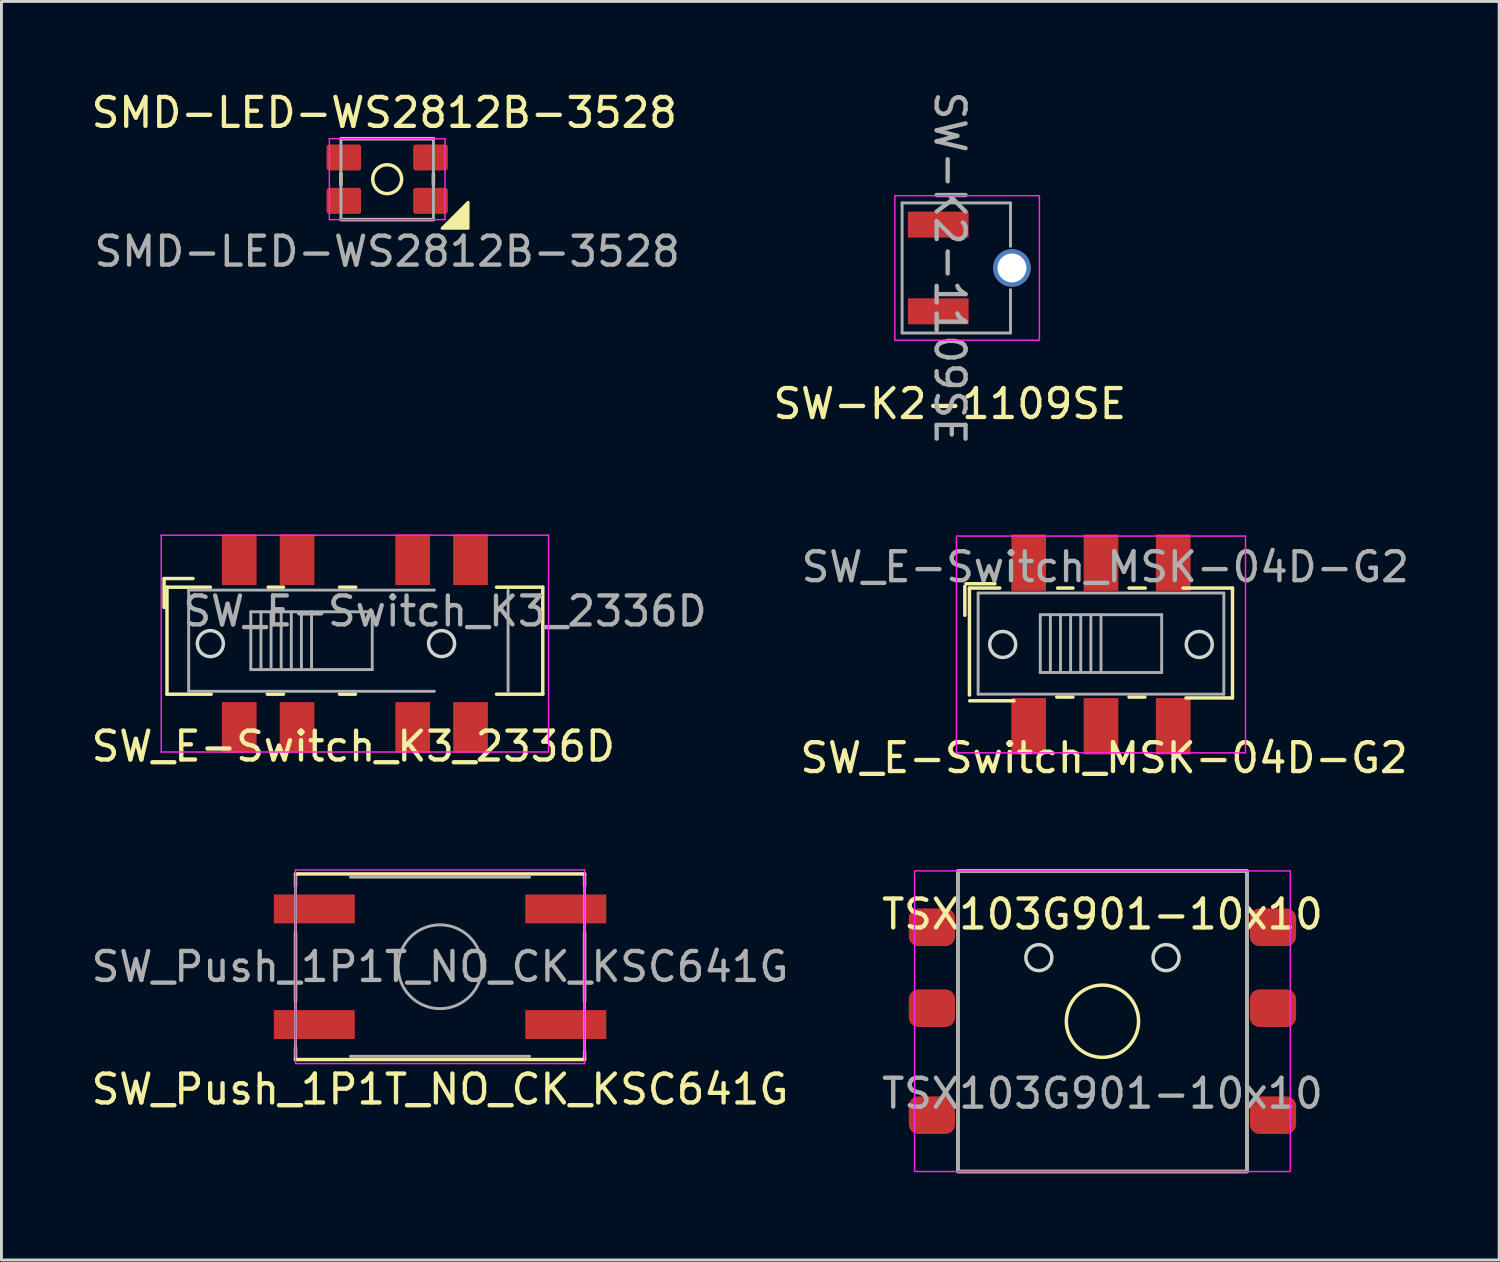
<source format=kicad_pcb>
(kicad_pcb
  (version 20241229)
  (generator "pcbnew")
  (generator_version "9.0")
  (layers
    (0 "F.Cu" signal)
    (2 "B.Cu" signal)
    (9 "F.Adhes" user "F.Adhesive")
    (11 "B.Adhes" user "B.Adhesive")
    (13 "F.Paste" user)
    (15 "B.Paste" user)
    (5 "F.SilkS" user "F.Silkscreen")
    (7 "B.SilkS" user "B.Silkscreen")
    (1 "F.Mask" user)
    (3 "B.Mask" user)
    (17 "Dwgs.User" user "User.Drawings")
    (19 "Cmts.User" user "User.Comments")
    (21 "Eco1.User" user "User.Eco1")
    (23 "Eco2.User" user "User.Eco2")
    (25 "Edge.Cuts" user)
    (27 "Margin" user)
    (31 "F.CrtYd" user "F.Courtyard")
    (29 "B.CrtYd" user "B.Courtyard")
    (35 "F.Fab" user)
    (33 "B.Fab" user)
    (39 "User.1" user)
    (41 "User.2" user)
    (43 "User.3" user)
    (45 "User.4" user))
  (footprint "SW-K2-1109SE"
    (layer "F.Cu")
    (at 29.408 4.72)
    (property "Reference" "SW-K2-1109SE" (at 0.4 6.2 0) (unlocked yes) (layer "F.SilkS") (effects (font (size 1 1) (thickness 0.15))))
    (attr smd)
    (fp_line (start -1.5 -1) (end 3.25 -1) (stroke (width 0.05) (type solid)) (layer "F.CrtYd"))
    (fp_line (start -1.5 4) (end -1.5 -1) (stroke (width 0.05) (type solid)) (layer "F.CrtYd"))
    (fp_line (start 3.25 -1) (end 3.5 -1) (stroke (width 0.05) (type solid)) (layer "F.CrtYd"))
    (fp_line (start 3.25 4) (end -1.5 4) (stroke (width 0.05) (type solid)) (layer "F.CrtYd"))
    (fp_line (start 3.25 4) (end 3.5 4) (stroke (width 0.05) (type solid)) (layer "F.CrtYd"))
    (fp_line (start 3.5 -1) (end 3.5 -0.875) (stroke (width 0.05) (type solid)) (layer "F.CrtYd"))
    (fp_line (start 3.5 -0.875) (end 3.5 3.875) (stroke (width 0.05) (type solid)) (layer "F.CrtYd"))
    (fp_line (start 3.5 4) (end 3.5 3.875) (stroke (width 0.05) (type solid)) (layer "F.CrtYd"))
    (fp_line (start -1.25 -0.75) (end 2.5 -0.75) (stroke (width 0.1) (type solid)) (layer "F.Fab"))
    (fp_line (start -1.25 3.75) (end -1.25 -0.75) (stroke (width 0.1) (type solid)) (layer "F.Fab"))
    (fp_line (start 2.5 -0.75) (end 2.5 0.75) (stroke (width 0.1) (type solid)) (layer "F.Fab"))
    (fp_line (start 2.5 2.25) (end 2.5 3.75) (stroke (width 0.1) (type solid)) (layer "F.Fab"))
    (fp_line (start 2.5 3.75) (end -1.25 3.75) (stroke (width 0.1) (type solid)) (layer "F.Fab"))
    (fp_text user "${REFERENCE}" (at 0.4 1.5 270) (unlocked yes) (layer "F.Fab") (effects (font (size 1 1) (thickness 0.15))))
    (pad "1" smd rect (at 0 0) (size 2.1 0.9) (layers "F.Cu" "F.Mask" "F.Paste"))
    (pad "2" smd rect (at 0 3) (size 2.1 0.9) (layers "F.Cu" "F.Mask" "F.Paste"))
    (pad "GND" thru_hole circle (at 2.55 1.5) (size 1.3 1.3) (drill 1) (layers "*.Cu" "*.Mask")))
  (footprint "SMD-LED-WS2812B-3528"
    (layer "F.Cu")
    (at 10.344 3.148)
    (property "Reference" "SMD-LED-WS2812B-3528" (at -0.1 -2.3 0) (unlocked yes) (layer "F.SilkS") (effects (font (size 1 1) (thickness 0.15))))
    (attr smd)
    (fp_line (start -1.6 -1.4) (end 1.6 -1.4) (stroke (width 0.12) (type default)) (layer "F.SilkS"))
    (fp_line (start -1.6 -0.2) (end -1.6 0.2) (stroke (width 0.12) (type default)) (layer "F.SilkS"))
    (fp_line (start -1.6 1.4) (end 1.6 1.4) (stroke (width 0.12) (type default)) (layer "F.SilkS"))
    (fp_line (start 1.6 -0.2) (end 1.6 0.2) (stroke (width 0.12) (type default)) (layer "F.SilkS"))
    (fp_circle (center 0 0) (end 0.5 0) (stroke (width 0.12) (type default)) (fill no) (layer "F.SilkS"))
    (fp_poly (pts (xy 2.8 0.8) (xy 1.9 1.7) (xy 2.8 1.7)) (stroke (width 0.1) (type solid)) (fill yes) (layer "F.SilkS"))
    (fp_line (start -2 -1.4) (end -2 1.4) (stroke (width 0.05) (type solid)) (layer "F.CrtYd"))
    (fp_line (start -2 1.4) (end 2 1.4) (stroke (width 0.05) (type solid)) (layer "F.CrtYd"))
    (fp_line (start 2 -1.4) (end -2 -1.4) (stroke (width 0.05) (type default)) (layer "F.CrtYd"))
    (fp_line (start 2 1.4) (end 2 -1.4) (stroke (width 0.05) (type solid)) (layer "F.CrtYd"))
    (fp_rect (start -1.6 -1.4) (end 1.6 1.4) (stroke (width 0.1) (type default)) (fill no) (layer "F.Fab"))
    (fp_text user "${REFERENCE}" (at 0 2.5 0) (unlocked yes) (layer "F.Fab") (effects (font (size 1 1) (thickness 0.15))))
    (pad "1" smd roundrect (at -1.5 -0.75 90) (size 0.9 1.2) (layers "F.Cu" "F.Mask" "F.Paste") (roundrect_rratio 0.1))
    (pad "2" smd roundrect (at -1.5 0.75 90) (size 0.9 1.2) (layers "F.Cu" "F.Mask" "F.Paste") (roundrect_rratio 0.1))
    (pad "3" smd roundrect (at 1.5 0.75 90) (size 0.9 1.2) (layers "F.Cu" "F.Mask" "F.Paste") (roundrect_rratio 0.1))
    (pad "4" smd roundrect (at 1.5 -0.75 90) (size 0.9 1.2) (layers "F.Cu" "F.Mask" "F.Paste") (roundrect_rratio 0.1)))
  (footprint "SW_E-Switch_MSK-04D-G2"
    (layer "F.Cu")
    (at 35.038 19.245)
    (property "Reference" "SW_E-Switch_MSK-04D-G2" (at 0.106 3.925 180) (layer "F.SilkS") (effects (font (size 1 1) (thickness 0.15))))
    (attr through_hole)
    (fp_line (start -4.71 -2.01) (end -4.71 -1.01) (stroke (width 0.12) (type solid)) (layer "F.SilkS"))
    (fp_line (start -4.55 -1.95) (end -4.55 1.75) (stroke (width 0.12) (type solid)) (layer "F.SilkS"))
    (fp_line (start -4.54 1.95) (end -3.01 1.95) (stroke (width 0.12) (type solid)) (layer "F.SilkS"))
    (fp_line (start -3.67 -2.1) (end -4.67 -2.1) (stroke (width 0.12) (type solid)) (layer "F.SilkS"))
    (fp_line (start -3.5 -1.95) (end -4.55 -1.95) (stroke (width 0.12) (type solid)) (layer "F.SilkS"))
    (fp_line (start -1.53 1.82) (end -0.97 1.82) (stroke (width 0.12) (type solid)) (layer "F.SilkS"))
    (fp_line (start -0.97 -1.95) (end -1.5 -1.95) (stroke (width 0.12) (type solid)) (layer "F.SilkS"))
    (fp_line (start 0.97 1.82) (end 1.52 1.82) (stroke (width 0.12) (type solid)) (layer "F.SilkS"))
    (fp_line (start 1.53 -1.95) (end 0.97 -1.95) (stroke (width 0.12) (type solid)) (layer "F.SilkS"))
    (fp_line (start 2.94 1.85) (end 4.55 1.85) (stroke (width 0.12) (type solid)) (layer "F.SilkS"))
    (fp_line (start 4.55 -1.95) (end 2.84 -1.95) (stroke (width 0.12) (type solid)) (layer "F.SilkS"))
    (fp_line (start 4.55 1.85) (end 4.55 -1.95) (stroke (width 0.12) (type solid)) (layer "F.SilkS"))
    (fp_circle (center -3.4 0) (end -2.95 0) (stroke (width 0.12) (type solid)) (fill no) (layer "Edge.Cuts"))
    (fp_circle (center 3.4 0) (end 3.85 0) (stroke (width 0.12) (type solid)) (fill no) (layer "Edge.Cuts"))
    (fp_line (start -5 -3.75) (end -5 3.75) (stroke (width 0.05) (type solid)) (layer "F.CrtYd"))
    (fp_line (start -5 3.75) (end 5 3.75) (stroke (width 0.05) (type solid)) (layer "F.CrtYd"))
    (fp_line (start 5 -3.75) (end -5 -3.75) (stroke (width 0.05) (type solid)) (layer "F.CrtYd"))
    (fp_line (start 5 3.75) (end 5 -3.75) (stroke (width 0.05) (type solid)) (layer "F.CrtYd"))
    (fp_line (start -4.25 1.72) (end -4.25 -1.78) (stroke (width 0.1) (type solid)) (layer "F.Fab"))
    (fp_line (start -4.25 1.72) (end 4.25 1.72) (stroke (width 0.1) (type solid)) (layer "F.Fab"))
    (fp_line (start -2.1 0.97) (end -2.1 -1.03) (stroke (width 0.1) (type solid)) (layer "F.Fab"))
    (fp_line (start -2.1 0.97) (end 2.1 0.97) (stroke (width 0.1) (type solid)) (layer "F.Fab"))
    (fp_line (start -1.75 0.97) (end -1.75 -1.03) (stroke (width 0.1) (type solid)) (layer "F.Fab"))
    (fp_line (start -1.4 0.97) (end -1.4 -1.03) (stroke (width 0.1) (type solid)) (layer "F.Fab"))
    (fp_line (start -1.05 0.97) (end -1.05 -1.03) (stroke (width 0.1) (type solid)) (layer "F.Fab"))
    (fp_line (start -0.7 0.97) (end -0.7 -1.03) (stroke (width 0.1) (type solid)) (layer "F.Fab"))
    (fp_line (start -0.35 0.97) (end -0.35 -1.03) (stroke (width 0.1) (type solid)) (layer "F.Fab"))
    (fp_line (start 0 0.97) (end 0 -1.03) (stroke (width 0.1) (type solid)) (layer "F.Fab"))
    (fp_line (start 2.1 -1.03) (end -2.1 -1.03) (stroke (width 0.1) (type solid)) (layer "F.Fab"))
    (fp_line (start 2.1 0.97) (end 2.1 -1.03) (stroke (width 0.1) (type solid)) (layer "F.Fab"))
    (fp_line (start 4.25 -1.78) (end -4.25 -1.78) (stroke (width 0.1) (type solid)) (layer "F.Fab"))
    (fp_line (start 4.25 1.72) (end 4.25 -1.78) (stroke (width 0.1) (type solid)) (layer "F.Fab"))
    (fp_text user "${REFERENCE}" (at 0.15 -2.68 180) (layer "F.Fab") (effects (font (size 1 1) (thickness 0.15))))
    (pad "1" smd rect (at -2.5 -2.83) (size 1.2 1.95) (layers "F.Cu" "F.Mask" "F.Paste"))
    (pad "2" smd rect (at 0 -2.83) (size 1.2 1.95) (layers "F.Cu" "F.Mask" "F.Paste"))
    (pad "3" smd rect (at 2.5 -2.83) (size 1.2 1.95) (layers "F.Cu" "F.Mask" "F.Paste"))
    (pad "4" smd rect (at -2.5 2.83) (size 1.2 1.95) (layers "F.Cu" "F.Mask" "F.Paste"))
    (pad "5" smd rect (at 0 2.83) (size 1.2 1.95) (layers "F.Cu" "F.Mask" "F.Paste"))
    (pad "6" smd rect (at 2.5 2.83) (size 1.2 1.95) (layers "F.Cu" "F.Mask" "F.Paste")))
  (footprint "TSX103G901-10x10"
    (layer "F.Cu")
    (at 35.089 32.279)
    (property "Reference" "TSX103G901-10x10" (at 0 -3.7 0) (unlocked yes) (layer "F.SilkS") (effects (font (size 1 1) (thickness 0.15))))
    (attr smd)
    (fp_rect (start -5 -5.2) (end 5 5.2) (stroke (width 0.12) (type default)) (fill no) (layer "F.SilkS"))
    (fp_circle (center 0 0) (end 1.25 0) (stroke (width 0.12) (type default)) (fill no) (layer "F.SilkS"))
    (fp_circle (center -2.2 -2.2) (end -1.75 -2.2) (stroke (width 0.12) (type default)) (fill no) (layer "Edge.Cuts"))
    (fp_circle (center 2.2 -2.2) (end 2.65 -2.2) (stroke (width 0.12) (type default)) (fill no) (layer "Edge.Cuts"))
    (fp_rect (start -6.5 -5.2) (end 6.5 5.2) (stroke (width 0.05) (type default)) (fill no) (layer "F.CrtYd"))
    (fp_rect (start -5 -5.2) (end 5 5.2) (stroke (width 0.12) (type default)) (fill no) (layer "F.Fab"))
    (fp_text user "${REFERENCE}" (at 0 2.5 0) (unlocked yes) (layer "F.Fab") (effects (font (size 1 1) (thickness 0.15))))
    (pad "1" smd roundrect (at -5.9 -3.25 90) (size 1.3 1.6) (layers "F.Cu" "F.Mask" "F.Paste") (roundrect_rratio 0.25))
    (pad "2" smd roundrect (at -5.9 -0.45 90) (size 1.3 1.6) (layers "F.Cu" "F.Mask" "F.Paste") (roundrect_rratio 0.25))
    (pad "3" smd roundrect (at -5.9 3.25 90) (size 1.3 1.6) (layers "F.Cu" "F.Mask" "F.Paste") (roundrect_rratio 0.25))
    (pad "4" smd roundrect (at 5.9 -3.25 90) (size 1.3 1.6) (layers "F.Cu" "F.Mask" "F.Paste") (roundrect_rratio 0.25))
    (pad "5" smd roundrect (at 5.9 -0.45 90) (size 1.3 1.6) (layers "F.Cu" "F.Mask" "F.Paste") (roundrect_rratio 0.25))
    (pad "6" smd roundrect (at 5.9 3.25 90) (size 1.3 1.6) (layers "F.Cu" "F.Mask" "F.Paste") (roundrect_rratio 0.25)))
  (footprint "SW_Push_1P1T_NO_CK_KSC641G"
    (layer "F.Cu")
    (at 12.173 30.394)
    (property "Reference" "SW_Push_1P1T_NO_CK_KSC641G" (at 0 4.24 0) (layer "F.SilkS") (effects (font (size 1 1) (thickness 0.15))))
    (attr smd)
    (fp_line (start -5 -3.21) (end -5 -2.8) (stroke (width 0.12) (type solid)) (layer "F.SilkS"))
    (fp_line (start -5 -1.2) (end -5 1.2) (stroke (width 0.12) (type solid)) (layer "F.SilkS"))
    (fp_line (start -5 2.8) (end -5 3.21) (stroke (width 0.12) (type solid)) (layer "F.SilkS"))
    (fp_line (start -5 3.21) (end 5 3.21) (stroke (width 0.12) (type solid)) (layer "F.SilkS"))
    (fp_line (start 5 -3.21) (end -5 -3.21) (stroke (width 0.12) (type solid)) (layer "F.SilkS"))
    (fp_line (start 5 -2.8) (end 5 -3.21) (stroke (width 0.12) (type solid)) (layer "F.SilkS"))
    (fp_line (start 5 1.2) (end 5 -1.2) (stroke (width 0.12) (type solid)) (layer "F.SilkS"))
    (fp_line (start 5 3.21) (end 5 2.93) (stroke (width 0.12) (type solid)) (layer "F.SilkS"))
    (fp_line (start -5 -3.35) (end 5 -3.35) (stroke (width 0.05) (type solid)) (layer "F.CrtYd"))
    (fp_line (start -5 3.35) (end -5 -3.35) (stroke (width 0.05) (type solid)) (layer "F.CrtYd"))
    (fp_line (start 5 -3.35) (end 5 3.35) (stroke (width 0.05) (type solid)) (layer "F.CrtYd"))
    (fp_line (start 5 3.35) (end -5 3.35) (stroke (width 0.05) (type solid)) (layer "F.CrtYd"))
    (fp_line (start -5 3.1) (end -5 -3.1) (stroke (width 0.1) (type solid)) (layer "F.Fab"))
    (fp_line (start -3.1 -3.1) (end 3.1 -3.1) (stroke (width 0.1) (type solid)) (layer "F.Fab"))
    (fp_line (start 3.1 3.1) (end -3.1 3.1) (stroke (width 0.1) (type solid)) (layer "F.Fab"))
    (fp_line (start 5 -3.1) (end 5 3.1) (stroke (width 0.1) (type solid)) (layer "F.Fab"))
    (fp_circle (center 0 0) (end 1.45 0) (stroke (width 0.1) (type solid)) (fill no) (layer "F.Fab"))
    (fp_text user "${REFERENCE}" (at 0 0 0) (layer "F.Fab") (effects (font (size 1 1) (thickness 0.15))))
    (pad "1" smd rect (at -4.35 -2) (size 2.8 1) (layers "F.Cu" "F.Mask" "F.Paste"))
    (pad "1" smd rect (at 4.35 -2) (size 2.8 1) (layers "F.Cu" "F.Mask" "F.Paste"))
    (pad "2" smd rect (at -4.35 2) (size 2.8 1) (layers "F.Cu" "F.Mask" "F.Paste"))
    (pad "2" smd rect (at 4.35 2) (size 2.8 1) (layers "F.Cu" "F.Mask" "F.Paste")))
  (footprint "SW_E-Switch_K3_2336D"
    (layer "F.Cu")
    (at 9.227 19.215)
    (property "Reference" "SW_E-Switch_K3_2336D" (at -0.054 3.555 180) (layer "F.SilkS") (effects (font (size 1 1) (thickness 0.15))))
    (attr through_hole)
    (fp_line (start -6.6 -2.25) (end -6.6 -1.25) (stroke (width 0.12) (type solid)) (layer "F.SilkS"))
    (fp_line (start -6.5 -1.95) (end -6.5 1.75) (stroke (width 0.12) (type solid)) (layer "F.SilkS"))
    (fp_line (start -6.5 1.75) (end -4.97 1.75) (stroke (width 0.12) (type solid)) (layer "F.SilkS"))
    (fp_line (start -5.6 -2.25) (end -6.6 -2.25) (stroke (width 0.12) (type solid)) (layer "F.SilkS"))
    (fp_line (start -5 -1.95) (end -6.5 -1.95) (stroke (width 0.12) (type solid)) (layer "F.SilkS"))
    (fp_line (start -3.03 1.75) (end -2.47 1.75) (stroke (width 0.12) (type solid)) (layer "F.SilkS"))
    (fp_line (start -2.47 -1.95) (end -3 -1.95) (stroke (width 0.12) (type solid)) (layer "F.SilkS"))
    (fp_line (start -0.53 1.75) (end 0.02 1.75) (stroke (width 0.12) (type solid)) (layer "F.SilkS"))
    (fp_line (start 0.03 -1.95) (end -0.53 -1.95) (stroke (width 0.12) (type solid)) (layer "F.SilkS"))
    (fp_line (start 4.9 1.75) (end 6.5 1.75) (stroke (width 0.12) (type solid)) (layer "F.SilkS"))
    (fp_line (start 6.5 -1.95) (end 4.9 -1.95) (stroke (width 0.12) (type solid)) (layer "F.SilkS"))
    (fp_line (start 6.5 1.75) (end 6.5 -1.95) (stroke (width 0.12) (type solid)) (layer "F.SilkS"))
    (fp_circle (center -5 0) (end -4.55 0) (stroke (width 0.12) (type solid)) (fill no) (layer "Edge.Cuts"))
    (fp_circle (center 3 0) (end 3.45 0) (stroke (width 0.12) (type solid)) (fill no) (layer "Edge.Cuts"))
    (fp_line (start -6.7 -3.75) (end -6.7 3.75) (stroke (width 0.05) (type solid)) (layer "F.CrtYd"))
    (fp_line (start -6.7 3.75) (end 6.7 3.75) (stroke (width 0.05) (type solid)) (layer "F.CrtYd"))
    (fp_line (start 6.7 -3.75) (end -6.7 -3.75) (stroke (width 0.05) (type solid)) (layer "F.CrtYd"))
    (fp_line (start 6.7 3.75) (end 6.7 -3.75) (stroke (width 0.05) (type solid)) (layer "F.CrtYd"))
    (fp_line (start -5.75 1.65) (end -5.75 -1.85) (stroke (width 0.1) (type solid)) (layer "F.Fab"))
    (fp_line (start -5.75 1.65) (end 2.75 1.65) (stroke (width 0.1) (type solid)) (layer "F.Fab"))
    (fp_line (start -3.6 0.9) (end -3.6 -1.1) (stroke (width 0.1) (type solid)) (layer "F.Fab"))
    (fp_line (start -3.6 0.9) (end 0.6 0.9) (stroke (width 0.1) (type solid)) (layer "F.Fab"))
    (fp_line (start -3.25 0.9) (end -3.25 -1.1) (stroke (width 0.1) (type solid)) (layer "F.Fab"))
    (fp_line (start -2.9 0.9) (end -2.9 -1.1) (stroke (width 0.1) (type solid)) (layer "F.Fab"))
    (fp_line (start -2.55 0.9) (end -2.55 -1.1) (stroke (width 0.1) (type solid)) (layer "F.Fab"))
    (fp_line (start -2.2 0.9) (end -2.2 -1.1) (stroke (width 0.1) (type solid)) (layer "F.Fab"))
    (fp_line (start -1.85 0.9) (end -1.85 -1.1) (stroke (width 0.1) (type solid)) (layer "F.Fab"))
    (fp_line (start -1.5 0.9) (end -1.5 -1.1) (stroke (width 0.1) (type solid)) (layer "F.Fab"))
    (fp_line (start 0.6 -1.1) (end -3.6 -1.1) (stroke (width 0.1) (type solid)) (layer "F.Fab"))
    (fp_line (start 0.6 0.9) (end 0.6 -1.1) (stroke (width 0.1) (type solid)) (layer "F.Fab"))
    (fp_line (start 2.75 -1.85) (end -5.75 -1.85) (stroke (width 0.1) (type solid)) (layer "F.Fab"))
    (fp_line (start 5.3 1.65) (end 5.3 -1.85) (stroke (width 0.1) (type solid)) (layer "F.Fab"))
    (fp_text user "${REFERENCE}" (at 3.12 -1.12 180) (layer "F.Fab") (effects (font (size 1 1) (thickness 0.15))))
    (pad "1" smd rect (at -4 -2.9) (size 1.2 1.75) (layers "F.Cu" "F.Mask" "F.Paste"))
    (pad "1" smd rect (at -4 2.9) (size 1.2 1.75) (layers "F.Cu" "F.Mask" "F.Paste"))
    (pad "2" smd rect (at 2 -2.9) (size 1.2 1.75) (layers "F.Cu" "F.Mask" "F.Paste"))
    (pad "2" smd rect (at 2 2.9) (size 1.2 1.75) (layers "F.Cu" "F.Mask" "F.Paste"))
    (pad "3" smd rect (at -2 -2.9) (size 1.2 1.75) (layers "F.Cu" "F.Mask" "F.Paste"))
    (pad "3" smd rect (at -2 2.9) (size 1.2 1.75) (layers "F.Cu" "F.Mask" "F.Paste"))
    (pad "4" smd rect (at 4 -2.9) (size 1.2 1.75) (layers "F.Cu" "F.Mask" "F.Paste"))
    (pad "4" smd rect (at 4 2.9) (size 1.2 1.75) (layers "F.Cu" "F.Mask" "F.Paste")))
  (gr_rect
    (start -3 -3)
    (end 48.813 40.539)
    (stroke (width 0.1) (type default))
    (fill no)
    (layer "Edge.Cuts")))
</source>
